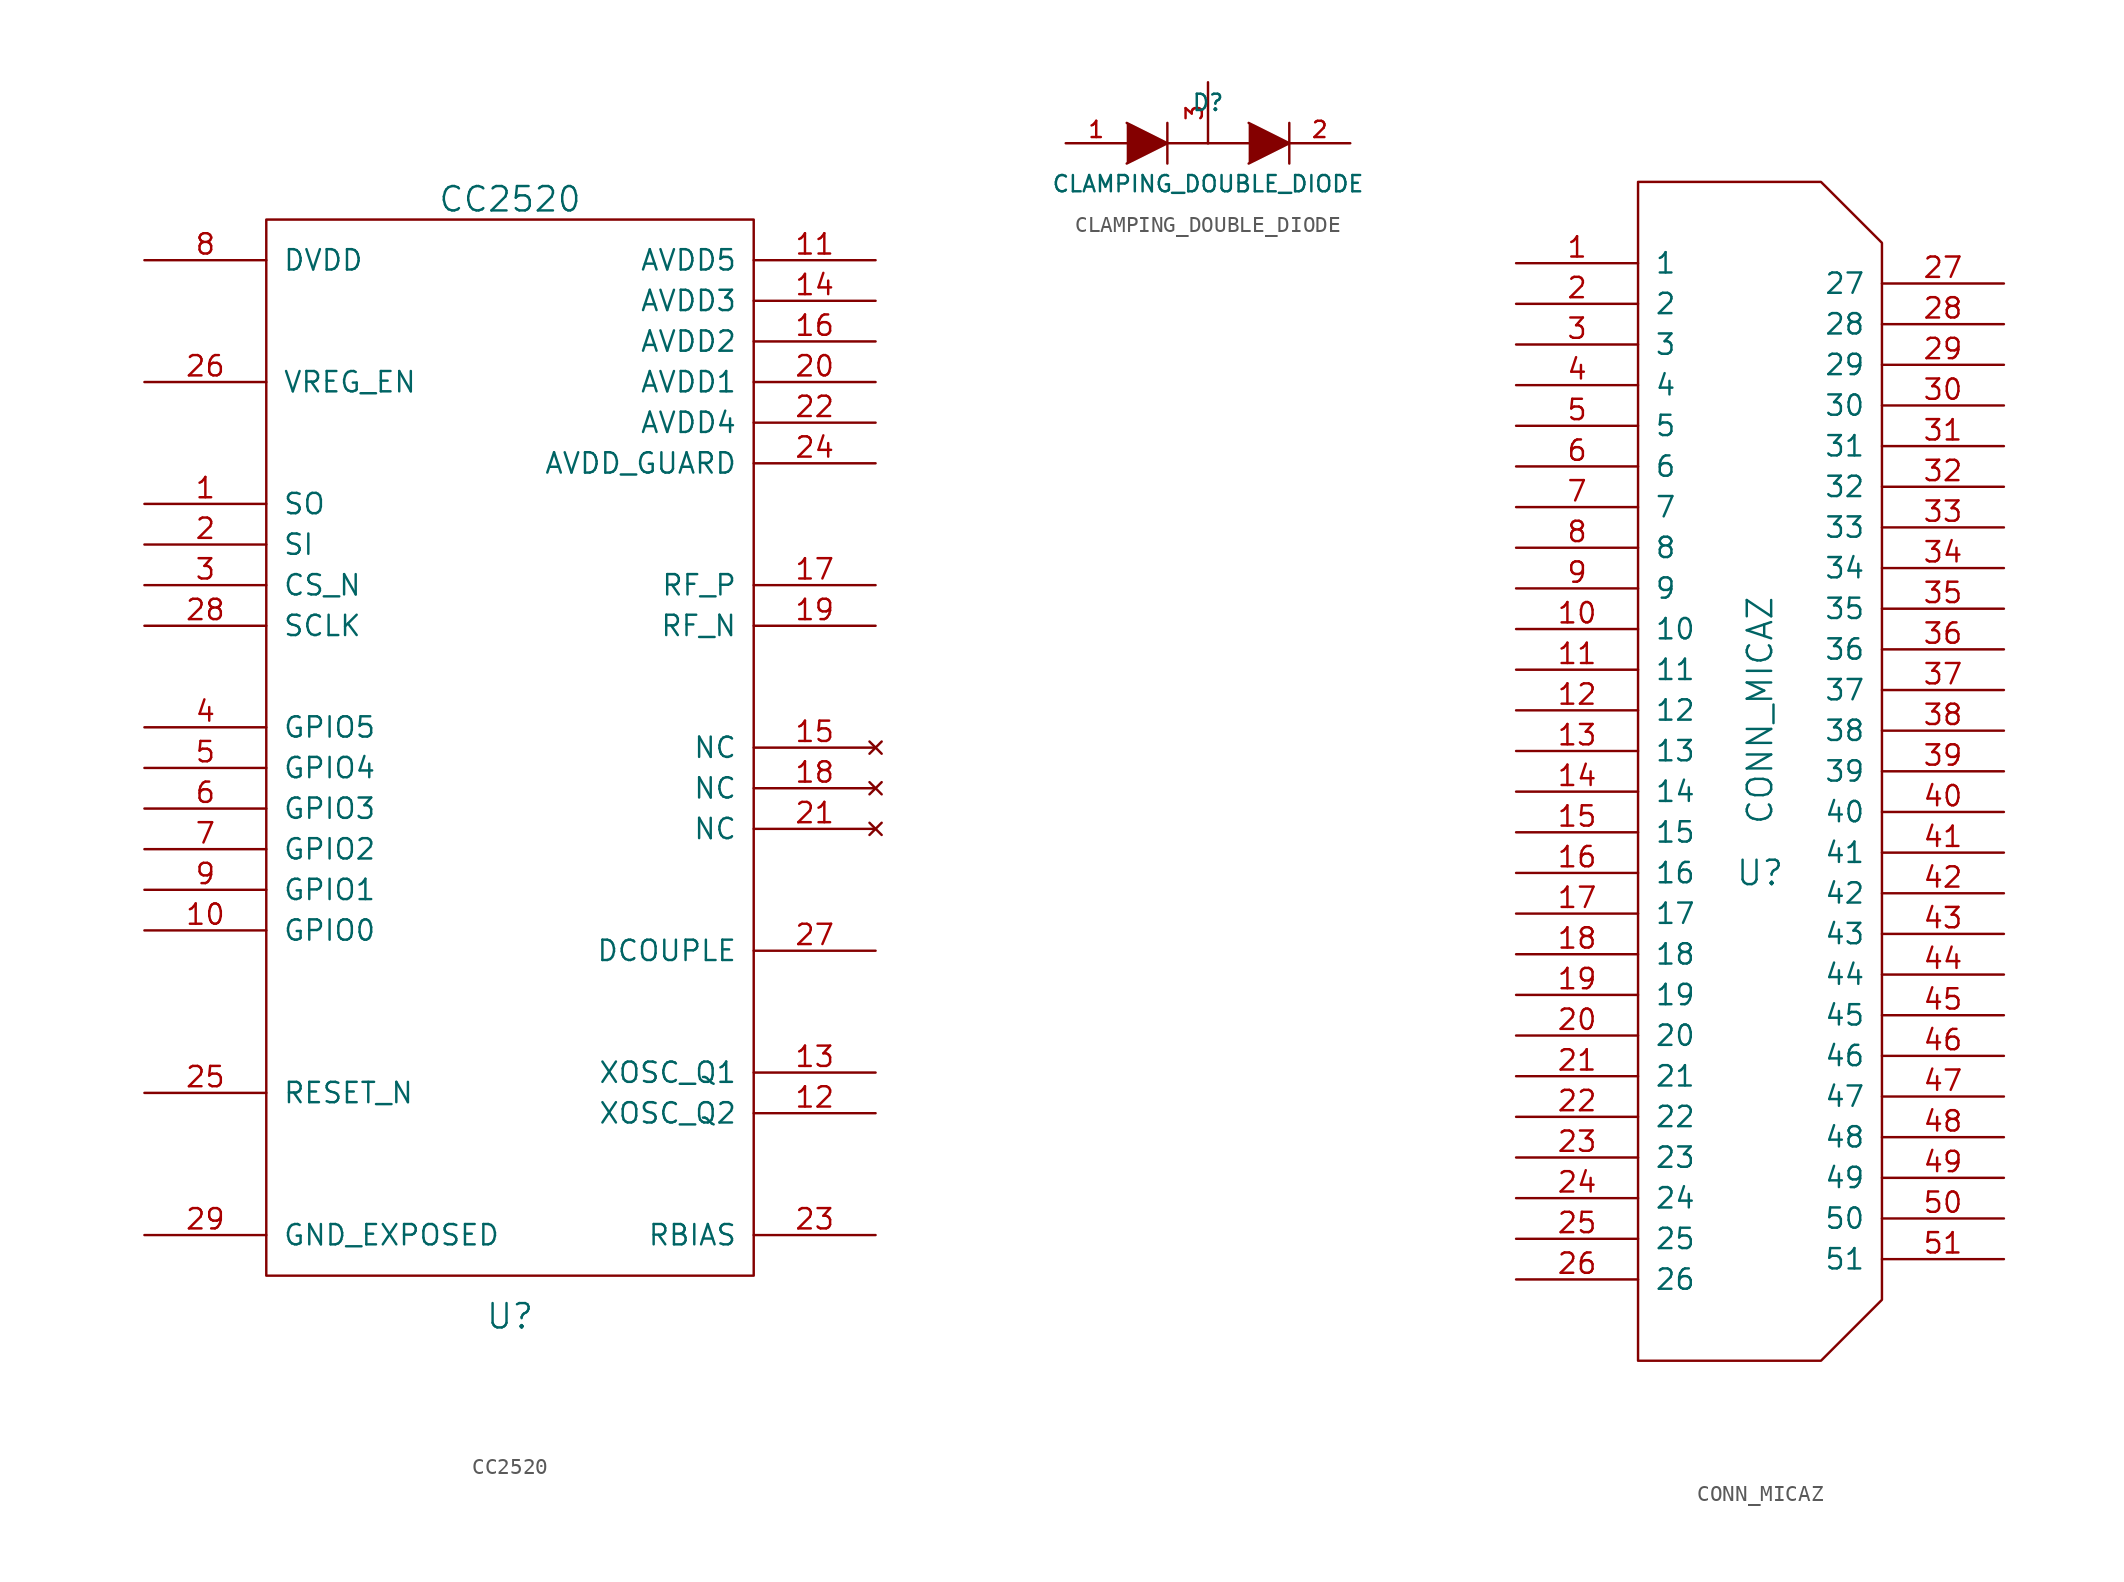
<source format=kicad_sym>
(kicad_symbol_lib
  (version 20211014)
  (generator kicad_symbol_editor)
  (symbol "CC2520"
    (pin_names
      (offset 1.016))
    (property "Reference" "U"
      (at 0 -35.56 0)
      (effects (font (size 1.524 1.524))))
    (property "Value" "CC2520"
      (at 0 34.29 0)
      (effects (font (size 1.524 1.524))))
    (property "Footprint" ""
      (at 5.08 5.08 0)
      (effects (font (size 1.524 1.524))))
    (property "Datasheet" ""
      (at 5.08 5.08 0)
      (effects (font (size 1.524 1.524))))
    (symbol "CC2520_0_1"
      (rectangle (start -15.24 33.02) (end 15.24 -33.02) (stroke (width 0) (type default) (color 0 0 0 0)) (fill (type none))))
    (symbol "CC2520_1_1"
      (pin output line (at -22.86 15.24 0) (length 7.62) (name "SO" (effects (font (size 1.27 1.27)))) (number "1" (effects (font (size 1.27 1.27)))))
      (pin bidirectional line (at -22.86 -11.43 0) (length 7.62) (name "GPIO0" (effects (font (size 1.27 1.27)))) (number "10" (effects (font (size 1.27 1.27)))))
      (pin power_in line (at 22.86 30.48 180) (length 7.62) (name "AVDD5" (effects (font (size 1.27 1.27)))) (number "11" (effects (font (size 1.27 1.27)))))
      (pin bidirectional line (at 22.86 -22.86 180) (length 7.62) (name "XOSC_Q2" (effects (font (size 1.27 1.27)))) (number "12" (effects (font (size 1.27 1.27)))))
      (pin bidirectional line (at 22.86 -20.32 180) (length 7.62) (name "XOSC_Q1" (effects (font (size 1.27 1.27)))) (number "13" (effects (font (size 1.27 1.27)))))
      (pin power_in line (at 22.86 27.94 180) (length 7.62) (name "AVDD3" (effects (font (size 1.27 1.27)))) (number "14" (effects (font (size 1.27 1.27)))))
      (pin no_connect line (at 22.86 0 180) (length 7.62) (name "NC" (effects (font (size 1.27 1.27)))) (number "15" (effects (font (size 1.27 1.27)))))
      (pin power_in line (at 22.86 25.4 180) (length 7.62) (name "AVDD2" (effects (font (size 1.27 1.27)))) (number "16" (effects (font (size 1.27 1.27)))))
      (pin bidirectional line (at 22.86 10.16 180) (length 7.62) (name "RF_P" (effects (font (size 1.27 1.27)))) (number "17" (effects (font (size 1.27 1.27)))))
      (pin no_connect line (at 22.86 -2.54 180) (length 7.62) (name "NC" (effects (font (size 1.27 1.27)))) (number "18" (effects (font (size 1.27 1.27)))))
      (pin bidirectional line (at 22.86 7.62 180) (length 7.62) (name "RF_N" (effects (font (size 1.27 1.27)))) (number "19" (effects (font (size 1.27 1.27)))))
      (pin input line (at -22.86 12.7 0) (length 7.62) (name "SI" (effects (font (size 1.27 1.27)))) (number "2" (effects (font (size 1.27 1.27)))))
      (pin power_in line (at 22.86 22.86 180) (length 7.62) (name "AVDD1" (effects (font (size 1.27 1.27)))) (number "20" (effects (font (size 1.27 1.27)))))
      (pin no_connect line (at 22.86 -5.08 180) (length 7.62) (name "NC" (effects (font (size 1.27 1.27)))) (number "21" (effects (font (size 1.27 1.27)))))
      (pin power_in line (at 22.86 20.32 180) (length 7.62) (name "AVDD4" (effects (font (size 1.27 1.27)))) (number "22" (effects (font (size 1.27 1.27)))))
      (pin bidirectional line (at 22.86 -30.48 180) (length 7.62) (name "RBIAS" (effects (font (size 1.27 1.27)))) (number "23" (effects (font (size 1.27 1.27)))))
      (pin power_in line (at 22.86 17.78 180) (length 7.62) (name "AVDD_GUARD" (effects (font (size 1.27 1.27)))) (number "24" (effects (font (size 1.27 1.27)))))
      (pin input line (at -22.86 -21.59 0) (length 7.62) (name "RESET_N" (effects (font (size 1.27 1.27)))) (number "25" (effects (font (size 1.27 1.27)))))
      (pin input line (at -22.86 22.86 0) (length 7.62) (name "VREG_EN" (effects (font (size 1.27 1.27)))) (number "26" (effects (font (size 1.27 1.27)))))
      (pin power_out line (at 22.86 -12.7 180) (length 7.62) (name "DCOUPLE" (effects (font (size 1.27 1.27)))) (number "27" (effects (font (size 1.27 1.27)))))
      (pin input line (at -22.86 7.62 0) (length 7.62) (name "SCLK" (effects (font (size 1.27 1.27)))) (number "28" (effects (font (size 1.27 1.27)))))
      (pin power_in line (at -22.86 -30.48 0) (length 7.62) (name "GND_EXPOSED" (effects (font (size 1.27 1.27)))) (number "29" (effects (font (size 1.27 1.27)))))
      (pin input line (at -22.86 10.16 0) (length 7.62) (name "CS_N" (effects (font (size 1.27 1.27)))) (number "3" (effects (font (size 1.27 1.27)))))
      (pin bidirectional line (at -22.86 1.27 0) (length 7.62) (name "GPIO5" (effects (font (size 1.27 1.27)))) (number "4" (effects (font (size 1.27 1.27)))))
      (pin bidirectional line (at -22.86 -1.27 0) (length 7.62) (name "GPIO4" (effects (font (size 1.27 1.27)))) (number "5" (effects (font (size 1.27 1.27)))))
      (pin bidirectional line (at -22.86 -3.81 0) (length 7.62) (name "GPIO3" (effects (font (size 1.27 1.27)))) (number "6" (effects (font (size 1.27 1.27)))))
      (pin bidirectional line (at -22.86 -6.35 0) (length 7.62) (name "GPIO2" (effects (font (size 1.27 1.27)))) (number "7" (effects (font (size 1.27 1.27)))))
      (pin power_in line (at -22.86 30.48 0) (length 7.62) (name "DVDD" (effects (font (size 1.27 1.27)))) (number "8" (effects (font (size 1.27 1.27)))))
      (pin bidirectional line (at -22.86 -8.89 0) (length 7.62) (name "GPIO1" (effects (font (size 1.27 1.27)))) (number "9" (effects (font (size 1.27 1.27)))))))
  (symbol "CLAMPING_DOUBLE_DIODE"
    (pin_names
      (offset 1.016) hide)
    (property "Reference" "D"
      (at 0 2.54 0)
      (effects (font (size 1.016 1.016))))
    (property "Value" "CLAMPING_DOUBLE_DIODE"
      (at 0 -2.54 0)
      (effects (font (size 1.016 1.016))))
    (property "Footprint" ""
      (at 0 0 0)
      (effects (font (size 1.524 1.524))))
    (property "Datasheet" ""
      (at 0 0 0)
      (effects (font (size 1.524 1.524))))
    (symbol "CLAMPING_DOUBLE_DIODE_0_1"
      (polyline (pts (xy -2.54 0) (xy 0 0)) (stroke (width 0) (type default) (color 0 0 0 0)) (fill (type none)))
      (polyline (pts (xy -2.54 1.27) (xy -2.54 -1.27)) (stroke (width 0.152) (type default) (color 0 0 0 0)) (fill (type none)))
      (polyline (pts (xy 0 0) (xy 2.54 0)) (stroke (width 0) (type default) (color 0 0 0 0)) (fill (type none)))
      (polyline (pts (xy 5.08 1.27) (xy 5.08 -1.27)) (stroke (width 0.152) (type default) (color 0 0 0 0)) (fill (type none)))
      (polyline (pts (xy -5.08 1.27) (xy -2.54 0) (xy -5.08 -1.27)) (stroke (width 0) (type default) (color 0 0 0 0)) (fill (type outline)))
      (polyline (pts (xy 2.54 1.27) (xy 5.08 0) (xy 2.54 -1.27)) (stroke (width 0) (type default) (color 0 0 0 0)) (fill (type outline))))
    (symbol "CLAMPING_DOUBLE_DIODE_1_1"
      (pin passive line (at -8.89 0 0) (length 3.81) (name "A" (effects (font (size 1.016 1.016)))) (number "1" (effects (font (size 1.016 1.016)))))
      (pin passive line (at 8.89 0 180) (length 3.81) (name "K" (effects (font (size 1.016 1.016)))) (number "2" (effects (font (size 1.016 1.016)))))
      (pin passive line (at 0 3.81 270) (length 3.81) (name "COMMON" (effects (font (size 1.016 1.016)))) (number "3" (effects (font (size 1.016 1.016)))))))
  (symbol "CONN_MICAZ"
    (pin_names
      (offset 1.016))
    (property "Reference" "U"
      (at 0 -6.35 0)
      (effects (font (size 1.524 1.524))))
    (property "Value" "CONN_MICAZ"
      (at 0 3.81 90)
      (effects (font (size 1.524 1.524))))
    (property "Footprint" ""
      (at 0 0 0)
      (effects (font (size 1.524 1.524))))
    (property "Datasheet" ""
      (at 0 0 0)
      (effects (font (size 1.524 1.524))))
    (symbol "CONN_MICAZ_0_1"
      (polyline (pts (xy -7.62 36.83) (xy -7.62 -36.83) (xy 3.81 -36.83) (xy 7.62 -33.02) (xy 7.62 33.02) (xy 3.81 36.83) (xy -7.62 36.83)) (stroke (width 0) (type default) (color 0 0 0 0)) (fill (type none))))
    (symbol "CONN_MICAZ_1_1"
      (pin bidirectional line (at -15.24 31.75 0) (length 7.62) (name "1" (effects (font (size 1.27 1.27)))) (number "1" (effects (font (size 1.27 1.27)))))
      (pin bidirectional line (at -15.24 8.89 0) (length 7.62) (name "10" (effects (font (size 1.27 1.27)))) (number "10" (effects (font (size 1.27 1.27)))))
      (pin bidirectional line (at -15.24 6.35 0) (length 7.62) (name "11" (effects (font (size 1.27 1.27)))) (number "11" (effects (font (size 1.27 1.27)))))
      (pin bidirectional line (at -15.24 3.81 0) (length 7.62) (name "12" (effects (font (size 1.27 1.27)))) (number "12" (effects (font (size 1.27 1.27)))))
      (pin bidirectional line (at -15.24 1.27 0) (length 7.62) (name "13" (effects (font (size 1.27 1.27)))) (number "13" (effects (font (size 1.27 1.27)))))
      (pin bidirectional line (at -15.24 -1.27 0) (length 7.62) (name "14" (effects (font (size 1.27 1.27)))) (number "14" (effects (font (size 1.27 1.27)))))
      (pin bidirectional line (at -15.24 -3.81 0) (length 7.62) (name "15" (effects (font (size 1.27 1.27)))) (number "15" (effects (font (size 1.27 1.27)))))
      (pin bidirectional line (at -15.24 -6.35 0) (length 7.62) (name "16" (effects (font (size 1.27 1.27)))) (number "16" (effects (font (size 1.27 1.27)))))
      (pin bidirectional line (at -15.24 -8.89 0) (length 7.62) (name "17" (effects (font (size 1.27 1.27)))) (number "17" (effects (font (size 1.27 1.27)))))
      (pin bidirectional line (at -15.24 -11.43 0) (length 7.62) (name "18" (effects (font (size 1.27 1.27)))) (number "18" (effects (font (size 1.27 1.27)))))
      (pin bidirectional line (at -15.24 -13.97 0) (length 7.62) (name "19" (effects (font (size 1.27 1.27)))) (number "19" (effects (font (size 1.27 1.27)))))
      (pin bidirectional line (at -15.24 29.21 0) (length 7.62) (name "2" (effects (font (size 1.27 1.27)))) (number "2" (effects (font (size 1.27 1.27)))))
      (pin bidirectional line (at -15.24 -16.51 0) (length 7.62) (name "20" (effects (font (size 1.27 1.27)))) (number "20" (effects (font (size 1.27 1.27)))))
      (pin bidirectional line (at -15.24 -19.05 0) (length 7.62) (name "21" (effects (font (size 1.27 1.27)))) (number "21" (effects (font (size 1.27 1.27)))))
      (pin bidirectional line (at -15.24 -21.59 0) (length 7.62) (name "22" (effects (font (size 1.27 1.27)))) (number "22" (effects (font (size 1.27 1.27)))))
      (pin bidirectional line (at -15.24 -24.13 0) (length 7.62) (name "23" (effects (font (size 1.27 1.27)))) (number "23" (effects (font (size 1.27 1.27)))))
      (pin bidirectional line (at -15.24 -26.67 0) (length 7.62) (name "24" (effects (font (size 1.27 1.27)))) (number "24" (effects (font (size 1.27 1.27)))))
      (pin bidirectional line (at -15.24 -29.21 0) (length 7.62) (name "25" (effects (font (size 1.27 1.27)))) (number "25" (effects (font (size 1.27 1.27)))))
      (pin bidirectional line (at -15.24 -31.75 0) (length 7.62) (name "26" (effects (font (size 1.27 1.27)))) (number "26" (effects (font (size 1.27 1.27)))))
      (pin bidirectional line (at 15.24 30.48 180) (length 7.62) (name "27" (effects (font (size 1.27 1.27)))) (number "27" (effects (font (size 1.27 1.27)))))
      (pin bidirectional line (at 15.24 27.94 180) (length 7.62) (name "28" (effects (font (size 1.27 1.27)))) (number "28" (effects (font (size 1.27 1.27)))))
      (pin bidirectional line (at 15.24 25.4 180) (length 7.62) (name "29" (effects (font (size 1.27 1.27)))) (number "29" (effects (font (size 1.27 1.27)))))
      (pin bidirectional line (at -15.24 26.67 0) (length 7.62) (name "3" (effects (font (size 1.27 1.27)))) (number "3" (effects (font (size 1.27 1.27)))))
      (pin bidirectional line (at 15.24 22.86 180) (length 7.62) (name "30" (effects (font (size 1.27 1.27)))) (number "30" (effects (font (size 1.27 1.27)))))
      (pin bidirectional line (at 15.24 20.32 180) (length 7.62) (name "31" (effects (font (size 1.27 1.27)))) (number "31" (effects (font (size 1.27 1.27)))))
      (pin bidirectional line (at 15.24 17.78 180) (length 7.62) (name "32" (effects (font (size 1.27 1.27)))) (number "32" (effects (font (size 1.27 1.27)))))
      (pin bidirectional line (at 15.24 15.24 180) (length 7.62) (name "33" (effects (font (size 1.27 1.27)))) (number "33" (effects (font (size 1.27 1.27)))))
      (pin bidirectional line (at 15.24 12.7 180) (length 7.62) (name "34" (effects (font (size 1.27 1.27)))) (number "34" (effects (font (size 1.27 1.27)))))
      (pin bidirectional line (at 15.24 10.16 180) (length 7.62) (name "35" (effects (font (size 1.27 1.27)))) (number "35" (effects (font (size 1.27 1.27)))))
      (pin bidirectional line (at 15.24 7.62 180) (length 7.62) (name "36" (effects (font (size 1.27 1.27)))) (number "36" (effects (font (size 1.27 1.27)))))
      (pin bidirectional line (at 15.24 5.08 180) (length 7.62) (name "37" (effects (font (size 1.27 1.27)))) (number "37" (effects (font (size 1.27 1.27)))))
      (pin bidirectional line (at 15.24 2.54 180) (length 7.62) (name "38" (effects (font (size 1.27 1.27)))) (number "38" (effects (font (size 1.27 1.27)))))
      (pin bidirectional line (at 15.24 0 180) (length 7.62) (name "39" (effects (font (size 1.27 1.27)))) (number "39" (effects (font (size 1.27 1.27)))))
      (pin bidirectional line (at -15.24 24.13 0) (length 7.62) (name "4" (effects (font (size 1.27 1.27)))) (number "4" (effects (font (size 1.27 1.27)))))
      (pin bidirectional line (at 15.24 -2.54 180) (length 7.62) (name "40" (effects (font (size 1.27 1.27)))) (number "40" (effects (font (size 1.27 1.27)))))
      (pin bidirectional line (at 15.24 -5.08 180) (length 7.62) (name "41" (effects (font (size 1.27 1.27)))) (number "41" (effects (font (size 1.27 1.27)))))
      (pin bidirectional line (at 15.24 -7.62 180) (length 7.62) (name "42" (effects (font (size 1.27 1.27)))) (number "42" (effects (font (size 1.27 1.27)))))
      (pin bidirectional line (at 15.24 -10.16 180) (length 7.62) (name "43" (effects (font (size 1.27 1.27)))) (number "43" (effects (font (size 1.27 1.27)))))
      (pin bidirectional line (at 15.24 -12.7 180) (length 7.62) (name "44" (effects (font (size 1.27 1.27)))) (number "44" (effects (font (size 1.27 1.27)))))
      (pin bidirectional line (at 15.24 -15.24 180) (length 7.62) (name "45" (effects (font (size 1.27 1.27)))) (number "45" (effects (font (size 1.27 1.27)))))
      (pin bidirectional line (at 15.24 -17.78 180) (length 7.62) (name "46" (effects (font (size 1.27 1.27)))) (number "46" (effects (font (size 1.27 1.27)))))
      (pin bidirectional line (at 15.24 -20.32 180) (length 7.62) (name "47" (effects (font (size 1.27 1.27)))) (number "47" (effects (font (size 1.27 1.27)))))
      (pin bidirectional line (at 15.24 -22.86 180) (length 7.62) (name "48" (effects (font (size 1.27 1.27)))) (number "48" (effects (font (size 1.27 1.27)))))
      (pin bidirectional line (at 15.24 -25.4 180) (length 7.62) (name "49" (effects (font (size 1.27 1.27)))) (number "49" (effects (font (size 1.27 1.27)))))
      (pin bidirectional line (at -15.24 21.59 0) (length 7.62) (name "5" (effects (font (size 1.27 1.27)))) (number "5" (effects (font (size 1.27 1.27)))))
      (pin bidirectional line (at 15.24 -27.94 180) (length 7.62) (name "50" (effects (font (size 1.27 1.27)))) (number "50" (effects (font (size 1.27 1.27)))))
      (pin bidirectional line (at 15.24 -30.48 180) (length 7.62) (name "51" (effects (font (size 1.27 1.27)))) (number "51" (effects (font (size 1.27 1.27)))))
      (pin bidirectional line (at -15.24 19.05 0) (length 7.62) (name "6" (effects (font (size 1.27 1.27)))) (number "6" (effects (font (size 1.27 1.27)))))
      (pin bidirectional line (at -15.24 16.51 0) (length 7.62) (name "7" (effects (font (size 1.27 1.27)))) (number "7" (effects (font (size 1.27 1.27)))))
      (pin bidirectional line (at -15.24 13.97 0) (length 7.62) (name "8" (effects (font (size 1.27 1.27)))) (number "8" (effects (font (size 1.27 1.27)))))
      (pin bidirectional line (at -15.24 11.43 0) (length 7.62) (name "9" (effects (font (size 1.27 1.27)))) (number "9" (effects (font (size 1.27 1.27))))))))
</source>
